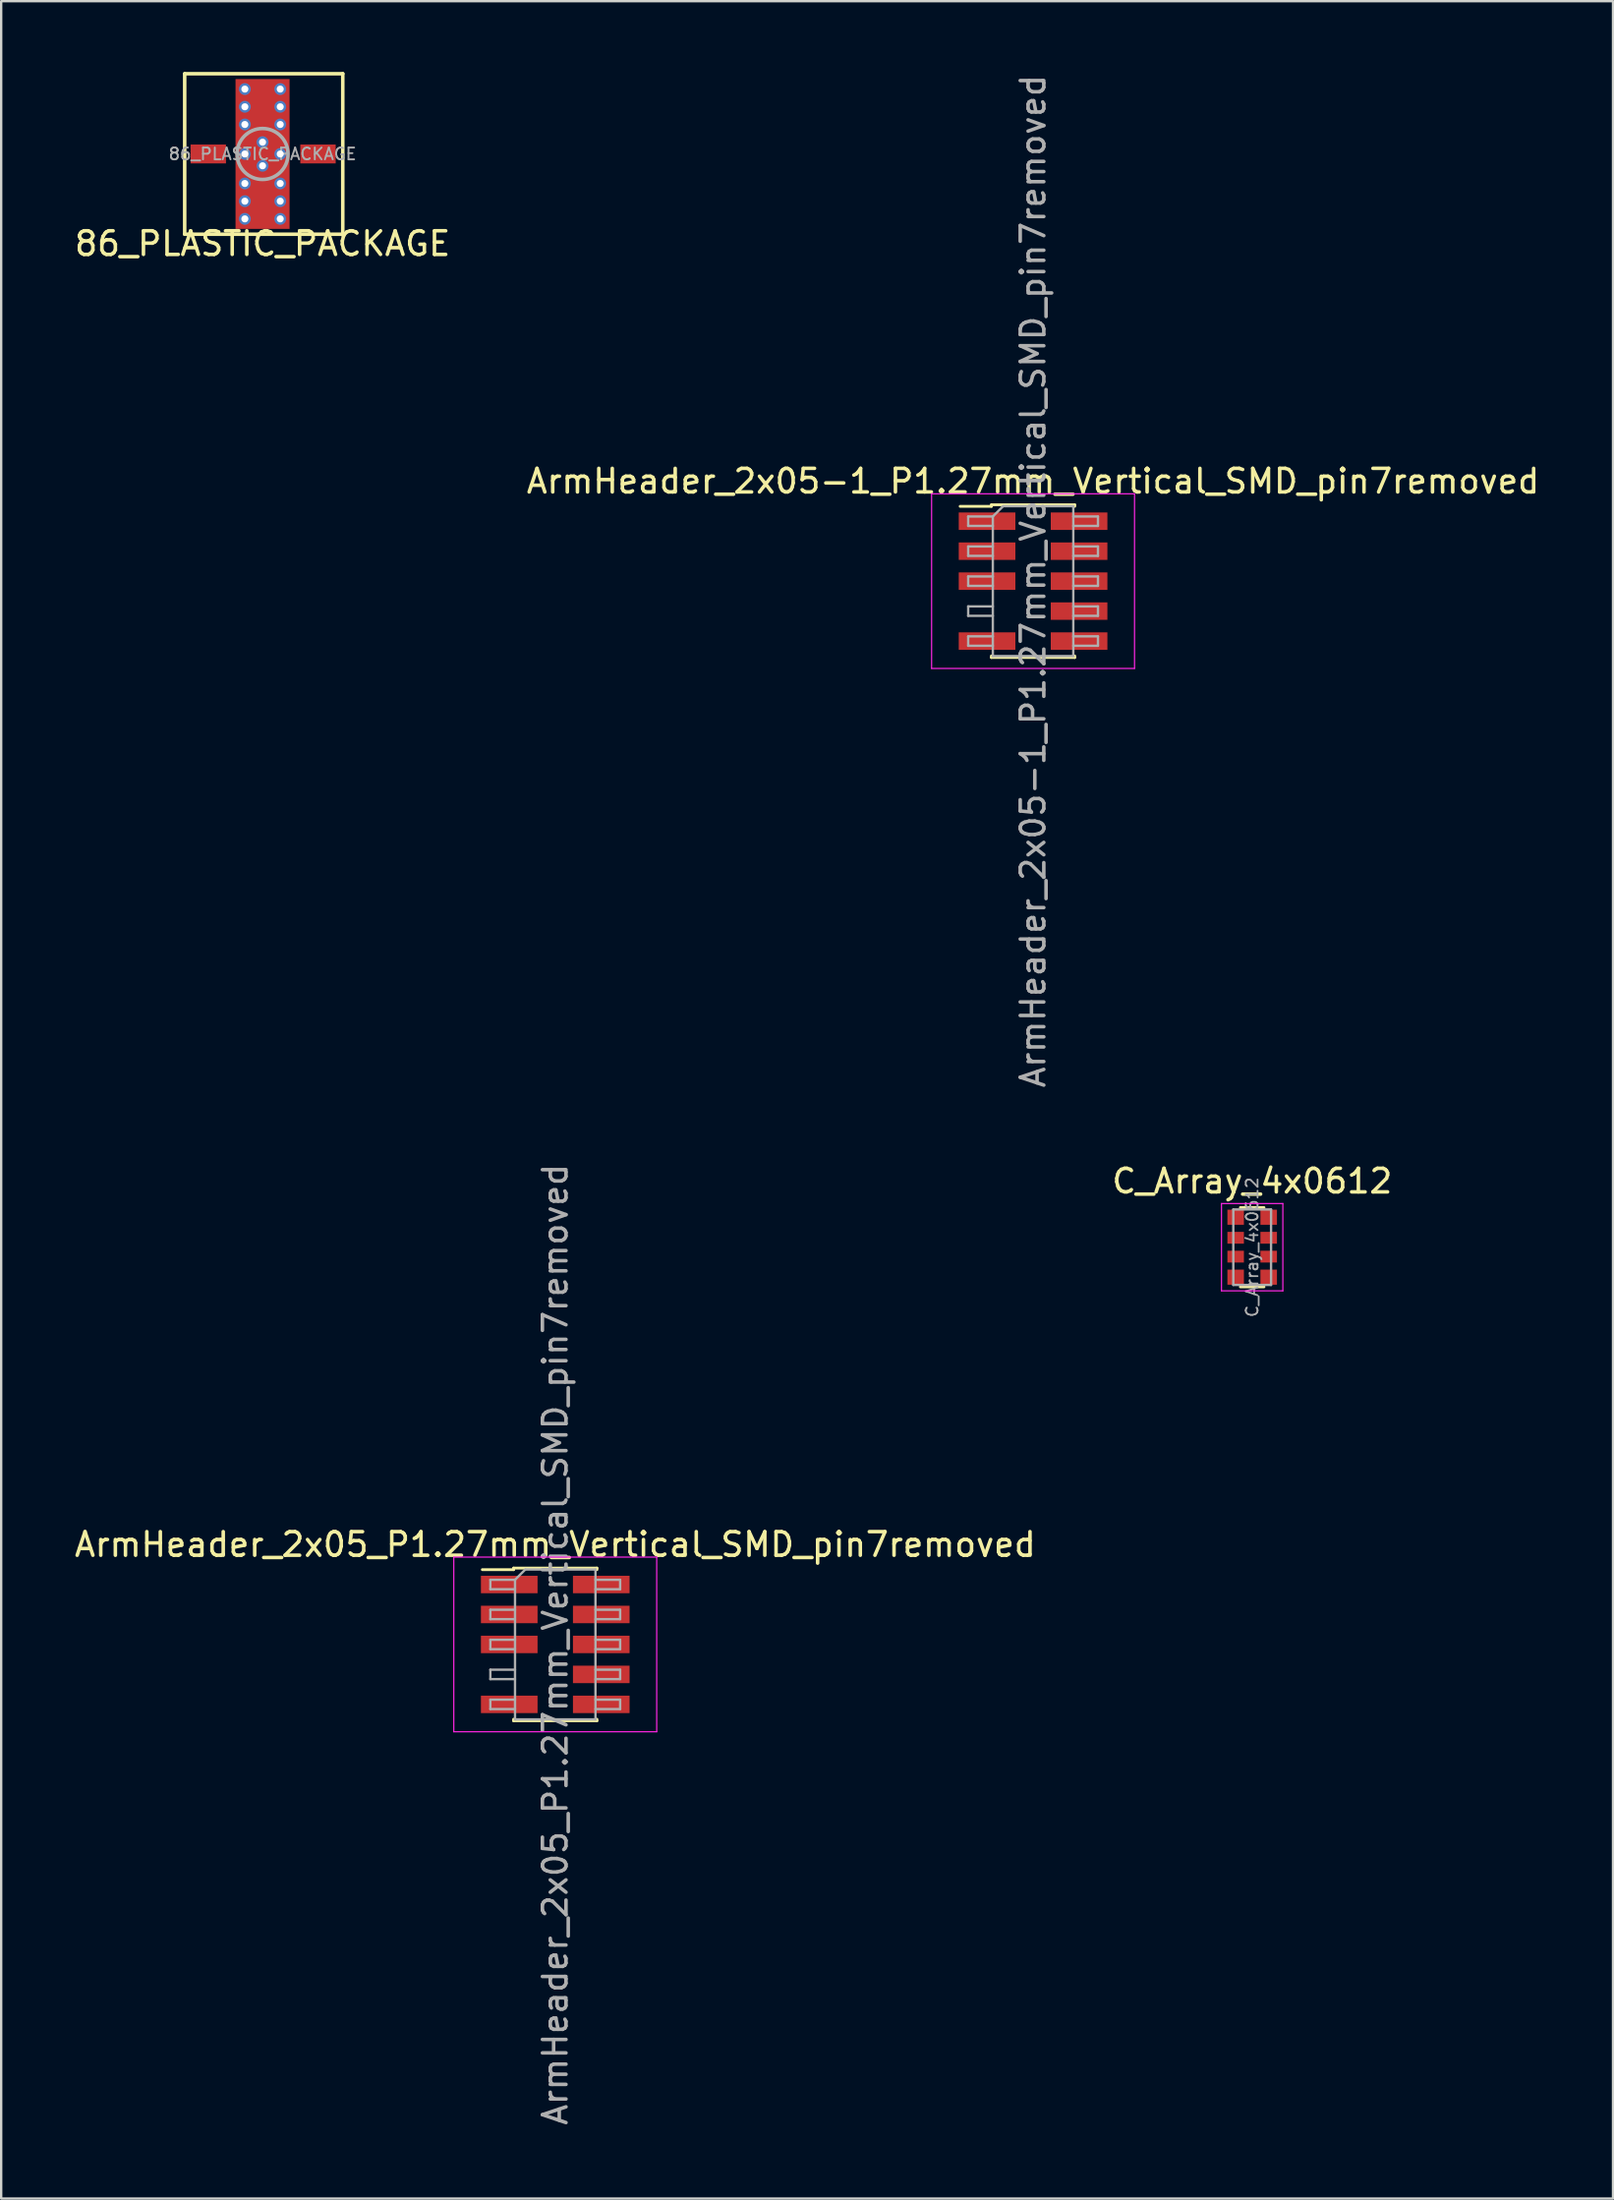
<source format=kicad_pcb>
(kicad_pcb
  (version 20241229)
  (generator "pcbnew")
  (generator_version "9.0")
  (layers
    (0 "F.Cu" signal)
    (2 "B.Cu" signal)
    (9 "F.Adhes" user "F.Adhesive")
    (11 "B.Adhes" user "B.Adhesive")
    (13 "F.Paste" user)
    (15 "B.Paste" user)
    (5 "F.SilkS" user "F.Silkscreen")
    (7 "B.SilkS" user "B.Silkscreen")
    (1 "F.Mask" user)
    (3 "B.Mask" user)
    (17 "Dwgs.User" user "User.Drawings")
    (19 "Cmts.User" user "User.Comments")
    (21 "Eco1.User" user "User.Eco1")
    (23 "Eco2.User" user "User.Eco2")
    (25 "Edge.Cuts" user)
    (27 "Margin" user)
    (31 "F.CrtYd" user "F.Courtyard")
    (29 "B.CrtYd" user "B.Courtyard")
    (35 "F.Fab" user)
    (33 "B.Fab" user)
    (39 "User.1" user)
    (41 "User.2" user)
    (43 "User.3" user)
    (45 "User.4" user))
  (footprint "ArmHeader_2x05-1_P1.27mm_Vertical_SMD_pin7removed"
    (layer "F.Cu")
    (at 40.732 21.577)
    (property "Reference" "ArmHeader_2x05-1_P1.27mm_Vertical_SMD_pin7removed" (at 0 -4.235 0) (layer "F.SilkS") (effects (font (size 1 1) (thickness 0.15))))
    (attr smd)
    (fp_line (start -3.09 -3.17) (end -1.765 -3.17) (stroke (width 0.12) (type solid)) (layer "F.SilkS"))
    (fp_line (start -1.765 -3.235) (end -1.765 -3.17) (stroke (width 0.12) (type solid)) (layer "F.SilkS"))
    (fp_line (start -1.765 -3.235) (end 1.765 -3.235) (stroke (width 0.12) (type solid)) (layer "F.SilkS"))
    (fp_line (start -1.765 3.17) (end -1.765 3.235) (stroke (width 0.12) (type solid)) (layer "F.SilkS"))
    (fp_line (start -1.765 3.235) (end 1.765 3.235) (stroke (width 0.12) (type solid)) (layer "F.SilkS"))
    (fp_line (start 1.765 -3.235) (end 1.765 -3.17) (stroke (width 0.12) (type solid)) (layer "F.SilkS"))
    (fp_line (start 1.765 3.17) (end 1.765 3.235) (stroke (width 0.12) (type solid)) (layer "F.SilkS"))
    (fp_line (start -4.3 -3.7) (end -4.3 3.7) (stroke (width 0.05) (type solid)) (layer "F.CrtYd"))
    (fp_line (start -4.3 3.7) (end 4.3 3.7) (stroke (width 0.05) (type solid)) (layer "F.CrtYd"))
    (fp_line (start 4.3 -3.7) (end -4.3 -3.7) (stroke (width 0.05) (type solid)) (layer "F.CrtYd"))
    (fp_line (start 4.3 3.7) (end 4.3 -3.7) (stroke (width 0.05) (type solid)) (layer "F.CrtYd"))
    (fp_line (start -2.75 -2.74) (end -2.75 -2.34) (stroke (width 0.1) (type solid)) (layer "F.Fab"))
    (fp_line (start -2.75 -2.34) (end -1.705 -2.34) (stroke (width 0.1) (type solid)) (layer "F.Fab"))
    (fp_line (start -2.75 -1.47) (end -2.75 -1.07) (stroke (width 0.1) (type solid)) (layer "F.Fab"))
    (fp_line (start -2.75 -1.07) (end -1.705 -1.07) (stroke (width 0.1) (type solid)) (layer "F.Fab"))
    (fp_line (start -2.75 -0.2) (end -2.75 0.2) (stroke (width 0.1) (type solid)) (layer "F.Fab"))
    (fp_line (start -2.75 0.2) (end -1.705 0.2) (stroke (width 0.1) (type solid)) (layer "F.Fab"))
    (fp_line (start -2.75 1.07) (end -2.75 1.47) (stroke (width 0.1) (type solid)) (layer "F.Fab"))
    (fp_line (start -2.75 1.47) (end -1.705 1.47) (stroke (width 0.1) (type solid)) (layer "F.Fab"))
    (fp_line (start -2.75 2.34) (end -2.75 2.74) (stroke (width 0.1) (type solid)) (layer "F.Fab"))
    (fp_line (start -2.75 2.74) (end -1.705 2.74) (stroke (width 0.1) (type solid)) (layer "F.Fab"))
    (fp_line (start -1.705 -2.74) (end -2.75 -2.74) (stroke (width 0.1) (type solid)) (layer "F.Fab"))
    (fp_line (start -1.705 -2.74) (end -1.27 -3.175) (stroke (width 0.1) (type solid)) (layer "F.Fab"))
    (fp_line (start -1.705 -1.47) (end -2.75 -1.47) (stroke (width 0.1) (type solid)) (layer "F.Fab"))
    (fp_line (start -1.705 -0.2) (end -2.75 -0.2) (stroke (width 0.1) (type solid)) (layer "F.Fab"))
    (fp_line (start -1.705 1.07) (end -2.75 1.07) (stroke (width 0.1) (type solid)) (layer "F.Fab"))
    (fp_line (start -1.705 2.34) (end -2.75 2.34) (stroke (width 0.1) (type solid)) (layer "F.Fab"))
    (fp_line (start -1.705 3.175) (end -1.705 -2.74) (stroke (width 0.1) (type solid)) (layer "F.Fab"))
    (fp_line (start -1.27 -3.175) (end 1.705 -3.175) (stroke (width 0.1) (type solid)) (layer "F.Fab"))
    (fp_line (start 1.705 -3.175) (end 1.705 3.175) (stroke (width 0.1) (type solid)) (layer "F.Fab"))
    (fp_line (start 1.705 -2.74) (end 2.75 -2.74) (stroke (width 0.1) (type solid)) (layer "F.Fab"))
    (fp_line (start 1.705 -1.47) (end 2.75 -1.47) (stroke (width 0.1) (type solid)) (layer "F.Fab"))
    (fp_line (start 1.705 -0.2) (end 2.75 -0.2) (stroke (width 0.1) (type solid)) (layer "F.Fab"))
    (fp_line (start 1.705 1.07) (end 2.75 1.07) (stroke (width 0.1) (type solid)) (layer "F.Fab"))
    (fp_line (start 1.705 2.34) (end 2.75 2.34) (stroke (width 0.1) (type solid)) (layer "F.Fab"))
    (fp_line (start 1.705 3.175) (end -1.705 3.175) (stroke (width 0.1) (type solid)) (layer "F.Fab"))
    (fp_line (start 2.75 -2.74) (end 2.75 -2.34) (stroke (width 0.1) (type solid)) (layer "F.Fab"))
    (fp_line (start 2.75 -2.34) (end 1.705 -2.34) (stroke (width 0.1) (type solid)) (layer "F.Fab"))
    (fp_line (start 2.75 -1.47) (end 2.75 -1.07) (stroke (width 0.1) (type solid)) (layer "F.Fab"))
    (fp_line (start 2.75 -1.07) (end 1.705 -1.07) (stroke (width 0.1) (type solid)) (layer "F.Fab"))
    (fp_line (start 2.75 -0.2) (end 2.75 0.2) (stroke (width 0.1) (type solid)) (layer "F.Fab"))
    (fp_line (start 2.75 0.2) (end 1.705 0.2) (stroke (width 0.1) (type solid)) (layer "F.Fab"))
    (fp_line (start 2.75 1.07) (end 2.75 1.47) (stroke (width 0.1) (type solid)) (layer "F.Fab"))
    (fp_line (start 2.75 1.47) (end 1.705 1.47) (stroke (width 0.1) (type solid)) (layer "F.Fab"))
    (fp_line (start 2.75 2.34) (end 2.75 2.74) (stroke (width 0.1) (type solid)) (layer "F.Fab"))
    (fp_line (start 2.75 2.74) (end 1.705 2.74) (stroke (width 0.1) (type solid)) (layer "F.Fab"))
    (fp_text user "${REFERENCE}" (at 0 0 90) (layer "F.Fab") (effects (font (size 1 1) (thickness 0.15))))
    (pad "1" smd rect (at -1.95 -2.54) (size 2.4 0.74) (layers "F.Cu" "F.Mask" "F.Paste"))
    (pad "2" smd rect (at 1.95 -2.54) (size 2.4 0.74) (layers "F.Cu" "F.Mask" "F.Paste"))
    (pad "3" smd rect (at -1.95 -1.27) (size 2.4 0.74) (layers "F.Cu" "F.Mask" "F.Paste"))
    (pad "4" smd rect (at 1.95 -1.27) (size 2.4 0.74) (layers "F.Cu" "F.Mask" "F.Paste"))
    (pad "5" smd rect (at -1.95 0) (size 2.4 0.74) (layers "F.Cu" "F.Mask" "F.Paste"))
    (pad "6" smd rect (at 1.95 0) (size 2.4 0.74) (layers "F.Cu" "F.Mask" "F.Paste"))
    (pad "8" smd rect (at 1.95 1.27) (size 2.4 0.74) (layers "F.Cu" "F.Mask" "F.Paste"))
    (pad "9" smd rect (at -1.95 2.54) (size 2.4 0.74) (layers "F.Cu" "F.Mask" "F.Paste"))
    (pad "10" smd rect (at 1.95 2.54) (size 2.4 0.74) (layers "F.Cu" "F.Mask" "F.Paste")))
  (footprint "ArmHeader_2x05_P1.27mm_Vertical_SMD_pin7removed"
    (layer "F.Cu")
    (at 20.482 66.637)
    (property "Reference" "ArmHeader_2x05_P1.27mm_Vertical_SMD_pin7removed" (at 0 -4.235 0) (layer "F.SilkS") (effects (font (size 1 1) (thickness 0.15))))
    (attr smd)
    (fp_line (start -3.09 -3.17) (end -1.765 -3.17) (stroke (width 0.12) (type solid)) (layer "F.SilkS"))
    (fp_line (start -1.765 -3.235) (end -1.765 -3.17) (stroke (width 0.12) (type solid)) (layer "F.SilkS"))
    (fp_line (start -1.765 -3.235) (end 1.765 -3.235) (stroke (width 0.12) (type solid)) (layer "F.SilkS"))
    (fp_line (start -1.765 3.17) (end -1.765 3.235) (stroke (width 0.12) (type solid)) (layer "F.SilkS"))
    (fp_line (start -1.765 3.235) (end 1.765 3.235) (stroke (width 0.12) (type solid)) (layer "F.SilkS"))
    (fp_line (start 1.765 -3.235) (end 1.765 -3.17) (stroke (width 0.12) (type solid)) (layer "F.SilkS"))
    (fp_line (start 1.765 3.17) (end 1.765 3.235) (stroke (width 0.12) (type solid)) (layer "F.SilkS"))
    (fp_line (start -4.3 -3.7) (end -4.3 3.7) (stroke (width 0.05) (type solid)) (layer "F.CrtYd"))
    (fp_line (start -4.3 3.7) (end 4.3 3.7) (stroke (width 0.05) (type solid)) (layer "F.CrtYd"))
    (fp_line (start 4.3 -3.7) (end -4.3 -3.7) (stroke (width 0.05) (type solid)) (layer "F.CrtYd"))
    (fp_line (start 4.3 3.7) (end 4.3 -3.7) (stroke (width 0.05) (type solid)) (layer "F.CrtYd"))
    (fp_line (start -2.75 -2.74) (end -2.75 -2.34) (stroke (width 0.1) (type solid)) (layer "F.Fab"))
    (fp_line (start -2.75 -2.34) (end -1.705 -2.34) (stroke (width 0.1) (type solid)) (layer "F.Fab"))
    (fp_line (start -2.75 -1.47) (end -2.75 -1.07) (stroke (width 0.1) (type solid)) (layer "F.Fab"))
    (fp_line (start -2.75 -1.07) (end -1.705 -1.07) (stroke (width 0.1) (type solid)) (layer "F.Fab"))
    (fp_line (start -2.75 -0.2) (end -2.75 0.2) (stroke (width 0.1) (type solid)) (layer "F.Fab"))
    (fp_line (start -2.75 0.2) (end -1.705 0.2) (stroke (width 0.1) (type solid)) (layer "F.Fab"))
    (fp_line (start -2.75 1.07) (end -2.75 1.47) (stroke (width 0.1) (type solid)) (layer "F.Fab"))
    (fp_line (start -2.75 1.47) (end -1.705 1.47) (stroke (width 0.1) (type solid)) (layer "F.Fab"))
    (fp_line (start -2.75 2.34) (end -2.75 2.74) (stroke (width 0.1) (type solid)) (layer "F.Fab"))
    (fp_line (start -2.75 2.74) (end -1.705 2.74) (stroke (width 0.1) (type solid)) (layer "F.Fab"))
    (fp_line (start -1.705 -2.74) (end -2.75 -2.74) (stroke (width 0.1) (type solid)) (layer "F.Fab"))
    (fp_line (start -1.705 -2.74) (end -1.27 -3.175) (stroke (width 0.1) (type solid)) (layer "F.Fab"))
    (fp_line (start -1.705 -1.47) (end -2.75 -1.47) (stroke (width 0.1) (type solid)) (layer "F.Fab"))
    (fp_line (start -1.705 -0.2) (end -2.75 -0.2) (stroke (width 0.1) (type solid)) (layer "F.Fab"))
    (fp_line (start -1.705 1.07) (end -2.75 1.07) (stroke (width 0.1) (type solid)) (layer "F.Fab"))
    (fp_line (start -1.705 2.34) (end -2.75 2.34) (stroke (width 0.1) (type solid)) (layer "F.Fab"))
    (fp_line (start -1.705 3.175) (end -1.705 -2.74) (stroke (width 0.1) (type solid)) (layer "F.Fab"))
    (fp_line (start -1.27 -3.175) (end 1.705 -3.175) (stroke (width 0.1) (type solid)) (layer "F.Fab"))
    (fp_line (start 1.705 -3.175) (end 1.705 3.175) (stroke (width 0.1) (type solid)) (layer "F.Fab"))
    (fp_line (start 1.705 -2.74) (end 2.75 -2.74) (stroke (width 0.1) (type solid)) (layer "F.Fab"))
    (fp_line (start 1.705 -1.47) (end 2.75 -1.47) (stroke (width 0.1) (type solid)) (layer "F.Fab"))
    (fp_line (start 1.705 -0.2) (end 2.75 -0.2) (stroke (width 0.1) (type solid)) (layer "F.Fab"))
    (fp_line (start 1.705 1.07) (end 2.75 1.07) (stroke (width 0.1) (type solid)) (layer "F.Fab"))
    (fp_line (start 1.705 2.34) (end 2.75 2.34) (stroke (width 0.1) (type solid)) (layer "F.Fab"))
    (fp_line (start 1.705 3.175) (end -1.705 3.175) (stroke (width 0.1) (type solid)) (layer "F.Fab"))
    (fp_line (start 2.75 -2.74) (end 2.75 -2.34) (stroke (width 0.1) (type solid)) (layer "F.Fab"))
    (fp_line (start 2.75 -2.34) (end 1.705 -2.34) (stroke (width 0.1) (type solid)) (layer "F.Fab"))
    (fp_line (start 2.75 -1.47) (end 2.75 -1.07) (stroke (width 0.1) (type solid)) (layer "F.Fab"))
    (fp_line (start 2.75 -1.07) (end 1.705 -1.07) (stroke (width 0.1) (type solid)) (layer "F.Fab"))
    (fp_line (start 2.75 -0.2) (end 2.75 0.2) (stroke (width 0.1) (type solid)) (layer "F.Fab"))
    (fp_line (start 2.75 0.2) (end 1.705 0.2) (stroke (width 0.1) (type solid)) (layer "F.Fab"))
    (fp_line (start 2.75 1.07) (end 2.75 1.47) (stroke (width 0.1) (type solid)) (layer "F.Fab"))
    (fp_line (start 2.75 1.47) (end 1.705 1.47) (stroke (width 0.1) (type solid)) (layer "F.Fab"))
    (fp_line (start 2.75 2.34) (end 2.75 2.74) (stroke (width 0.1) (type solid)) (layer "F.Fab"))
    (fp_line (start 2.75 2.74) (end 1.705 2.74) (stroke (width 0.1) (type solid)) (layer "F.Fab"))
    (fp_text user "${REFERENCE}" (at 0 0 90) (layer "F.Fab") (effects (font (size 1 1) (thickness 0.15))))
    (pad "1" smd rect (at -1.95 -2.54) (size 2.4 0.74) (layers "F.Cu" "F.Mask" "F.Paste"))
    (pad "2" smd rect (at 1.95 -2.54) (size 2.4 0.74) (layers "F.Cu" "F.Mask" "F.Paste"))
    (pad "3" smd rect (at -1.95 -1.27) (size 2.4 0.74) (layers "F.Cu" "F.Mask" "F.Paste"))
    (pad "4" smd rect (at 1.95 -1.27) (size 2.4 0.74) (layers "F.Cu" "F.Mask" "F.Paste"))
    (pad "5" smd rect (at -1.95 0) (size 2.4 0.74) (layers "F.Cu" "F.Mask" "F.Paste"))
    (pad "6" smd rect (at 1.95 0) (size 2.4 0.74) (layers "F.Cu" "F.Mask" "F.Paste"))
    (pad "8" smd rect (at 1.95 1.27) (size 2.4 0.74) (layers "F.Cu" "F.Mask" "F.Paste"))
    (pad "9" smd rect (at -1.95 2.54) (size 2.4 0.74) (layers "F.Cu" "F.Mask" "F.Paste"))
    (pad "10" smd rect (at 1.95 2.54) (size 2.4 0.74) (layers "F.Cu" "F.Mask" "F.Paste")))
  (footprint "86_PLASTIC_PACKAGE"
    (layer "F.Cu")
    (at 8.077 3.475)
    (property "Reference" "86_PLASTIC_PACKAGE" (at 0 3.8 0) (layer "F.SilkS") (effects (font (size 1 1) (thickness 0.15))))
    (attr through_hole)
    (fp_line (start -3.3 -3.4) (end -3.3 3.4) (stroke (width 0.15) (type solid)) (layer "F.SilkS"))
    (fp_line (start -3.3 3.4) (end 3.4 3.4) (stroke (width 0.15) (type solid)) (layer "F.SilkS"))
    (fp_line (start 3.4 -3.4) (end -3.3 -3.4) (stroke (width 0.15) (type solid)) (layer "F.SilkS"))
    (fp_line (start 3.4 3.4) (end 3.4 -3.4) (stroke (width 0.15) (type solid)) (layer "F.SilkS"))
    (fp_circle (center 0 0) (end 1.08 0) (stroke (width 0.15) (type solid)) (fill no) (layer "F.Fab"))
    (fp_text user "${REFERENCE}" (at 0 0 0) (layer "F.Fab") (effects (font (size 0.5 0.5) (thickness 0.08))))
    (pad "" np_thru_hole circle (at -0.75 -2.75) (size 0.5 0.5) (drill 0.3) (layers "*.Cu" "*.Mask"))
    (pad "" np_thru_hole circle (at -0.75 -2) (size 0.5 0.5) (drill 0.3) (layers "*.Cu" "*.Mask"))
    (pad "" np_thru_hole circle (at -0.75 -1.25) (size 0.5 0.5) (drill 0.3) (layers "*.Cu" "*.Mask"))
    (pad "" np_thru_hole circle (at -0.75 0) (size 0.5 0.5) (drill 0.3) (layers "*.Cu" "*.Mask"))
    (pad "" np_thru_hole circle (at -0.75 1.25) (size 0.5 0.5) (drill 0.3) (layers "*.Cu" "*.Mask"))
    (pad "" np_thru_hole circle (at -0.75 2) (size 0.5 0.5) (drill 0.3) (layers "*.Cu" "*.Mask"))
    (pad "" np_thru_hole circle (at -0.75 2.75) (size 0.5 0.5) (drill 0.3) (layers "*.Cu" "*.Mask"))
    (pad "" np_thru_hole circle (at 0 -0.5) (size 0.5 0.5) (drill 0.3) (layers "*.Cu" "*.Mask"))
    (pad "" smd rect (at 0 0) (size 2.29 6.35) (layers "F.Cu"))
    (pad "" np_thru_hole circle (at 0 0.5) (size 0.5 0.5) (drill 0.3) (layers "*.Cu" "*.Mask"))
    (pad "" np_thru_hole circle (at 0.75 -2.75) (size 0.5 0.5) (drill 0.3) (layers "*.Cu" "*.Mask"))
    (pad "" np_thru_hole circle (at 0.75 -2) (size 0.5 0.5) (drill 0.3) (layers "*.Cu" "*.Mask"))
    (pad "" np_thru_hole circle (at 0.75 -1.25) (size 0.5 0.5) (drill 0.3) (layers "*.Cu" "*.Mask"))
    (pad "" np_thru_hole circle (at 0.75 0) (size 0.5 0.5) (drill 0.3) (layers "*.Cu" "*.Mask"))
    (pad "" np_thru_hole circle (at 0.75 1.25) (size 0.5 0.5) (drill 0.3) (layers "*.Cu" "*.Mask"))
    (pad "" np_thru_hole circle (at 0.75 2) (size 0.5 0.5) (drill 0.3) (layers "*.Cu" "*.Mask"))
    (pad "" np_thru_hole circle (at 0.75 2.75) (size 0.5 0.5) (drill 0.3) (layers "*.Cu" "*.Mask"))
    (pad "1" smd rect (at -2.3 0) (size 1.5 0.8) (layers "F.Cu" "F.Mask" "F.Paste"))
    (pad "2" smd rect (at 0 2.35 90) (size 1.5 0.8) (layers "F.Cu" "F.Mask" "F.Paste"))
    (pad "3" smd rect (at 2.35 0) (size 1.5 0.8) (layers "F.Cu" "F.Mask" "F.Paste"))
    (pad "4" smd rect (at 0 -2.35 90) (size 1.5 0.8) (layers "F.Cu" "F.Mask" "F.Paste")))
  (footprint "C_Array_4x0612"
    (layer "F.Cu")
    (at 50.018 49.803)
    (property "Reference" "C_Array_4x0612" (at 0 -2.8 0) (layer "F.SilkS") (effects (font (size 1 1) (thickness 0.15))))
    (attr smd)
    (fp_line (start 0.5 -1.68) (end -0.5 -1.68) (stroke (width 0.12) (type solid)) (layer "F.SilkS"))
    (fp_line (start 0.5 1.68) (end -0.5 1.68) (stroke (width 0.12) (type solid)) (layer "F.SilkS"))
    (fp_line (start -1.3 -1.85) (end -1.3 1.85) (stroke (width 0.05) (type solid)) (layer "F.CrtYd"))
    (fp_line (start -1.3 -1.85) (end 1.3 -1.85) (stroke (width 0.05) (type solid)) (layer "F.CrtYd"))
    (fp_line (start 1.3 1.85) (end -1.3 1.85) (stroke (width 0.05) (type solid)) (layer "F.CrtYd"))
    (fp_line (start 1.3 1.85) (end 1.3 -1.85) (stroke (width 0.05) (type solid)) (layer "F.CrtYd"))
    (fp_line (start -0.8 -1.6) (end 0.8 -1.6) (stroke (width 0.1) (type solid)) (layer "F.Fab"))
    (fp_line (start -0.8 1.6) (end -0.8 -1.6) (stroke (width 0.1) (type solid)) (layer "F.Fab"))
    (fp_line (start 0.8 -1.6) (end 0.8 1.6) (stroke (width 0.1) (type solid)) (layer "F.Fab"))
    (fp_line (start 0.8 1.6) (end -0.8 1.6) (stroke (width 0.1) (type solid)) (layer "F.Fab"))
    (fp_text user "${REFERENCE}" (at 0 0 90) (layer "F.Fab") (effects (font (size 0.5 0.5) (thickness 0.075))))
    (pad "1" smd rect (at -0.7 -1.27) (size 0.7 0.64) (layers "F.Cu" "F.Mask" "F.Paste"))
    (pad "2" smd rect (at -0.7 -0.4) (size 0.7 0.5) (layers "F.Cu" "F.Mask" "F.Paste"))
    (pad "3" smd rect (at -0.7 0.4) (size 0.7 0.5) (layers "F.Cu" "F.Mask" "F.Paste"))
    (pad "4" smd rect (at -0.7 1.27) (size 0.7 0.64) (layers "F.Cu" "F.Mask" "F.Paste"))
    (pad "5" smd rect (at 0.7 1.27) (size 0.7 0.64) (layers "F.Cu" "F.Mask" "F.Paste"))
    (pad "6" smd rect (at 0.7 0.4) (size 0.7 0.5) (layers "F.Cu" "F.Mask" "F.Paste"))
    (pad "7" smd rect (at 0.7 -0.4) (size 0.7 0.5) (layers "F.Cu" "F.Mask" "F.Paste"))
    (pad "8" smd rect (at 0.7 -1.27) (size 0.7 0.64) (layers "F.Cu" "F.Mask" "F.Paste")))
  (gr_rect
    (start -3 -3)
    (end 65.31 90.119)
    (stroke (width 0.1) (type default))
    (fill no)
    (layer "Edge.Cuts")))
</source>
